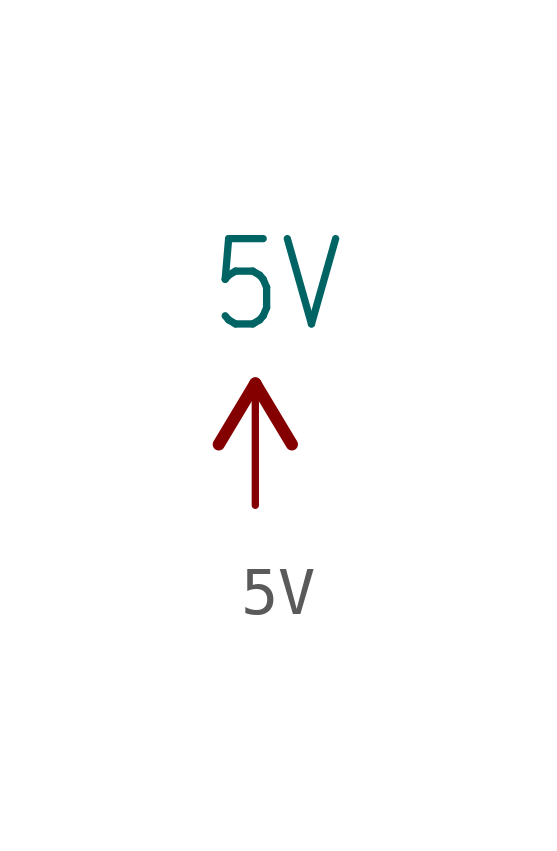
<source format=kicad_sym>
(kicad_symbol_lib
  (version 20211014)
  (generator kicad_symbol_editor)
  (symbol "5V"
    (power)
    (property "Reference" "#SUPPLY"
      (at 0 0 0)
      (effects (font (size 1.27 1.27)) hide))
    (property "Value" "5V"
      (at -1.016 3.556 0)
      (effects (font (size 1.778 1.511)) (justify left bottom)))
    (property "ki_locked" ""
      (at 0 0 0)
      (effects (font (size 1.27 1.27))))
    (symbol "5V_1_0"
      (polyline (pts (xy 0 2.54) (xy -0.762 1.27)) (stroke (width 0.254) (type default) (color 0 0 0 0)) (fill (type none)))
      (polyline (pts (xy 0.762 1.27) (xy 0 2.54)) (stroke (width 0.254) (type default) (color 0 0 0 0)) (fill (type none)))
      (pin power_in line (at 0 0 90) (length 2.54) (name "5V" (effects (font (size 0 0)))) (number "1" (effects (font (size 0 0))))))))
</source>
